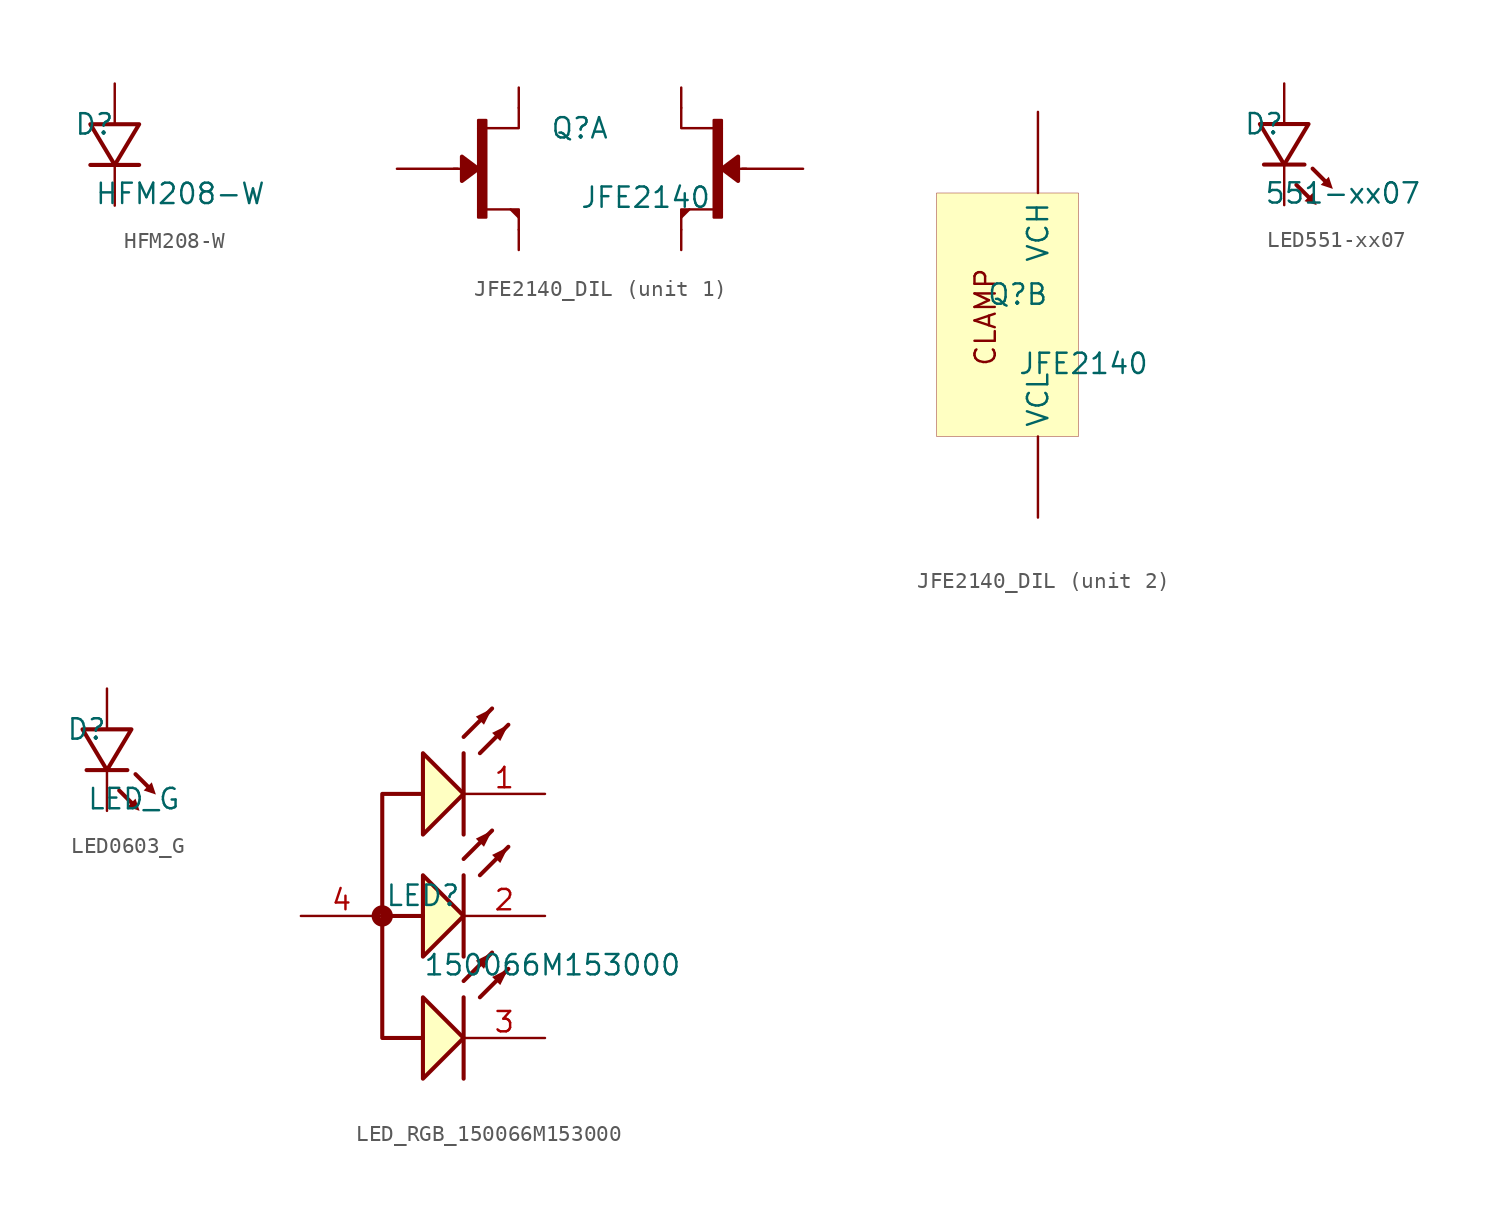
<source format=kicad_sym>
(kicad_symbol_lib
  (version 20231120)
  (generator "kicad_symbol_editor")
  (generator_version "8.0")
  (symbol "HFM208-W"
    (property "Reference" "D"
      (at -1.27 1.27 0)
      (effects (font (size 1.27 1.27))))
    (property "Value" "HFM208-W"
      (at -1.27 -3.81 0)
      (effects (font (size 1.27 1.27)) (justify left bottom)))
    (symbol "HFM208-W_1_0"
      (polyline (pts (xy 1.524 -1.27) (xy -1.524 -1.27)) (stroke (width 0.254) (type solid)) (fill (type none)))
      (polyline (pts (xy -1.524 1.27) (xy 1.524 1.27) (xy 0 -1.27) (xy -1.524 1.27)) (stroke (width 0.254) (type solid)) (fill (type none)))
      (pin passive line (at 0 3.81 270) (length 2.54) (name "A" (effects (font (size 0 0)))) (number "A" (effects (font (size 0 0)))))
      (pin passive line (at 0 -3.81 90) (length 2.54) (name "K" (effects (font (size 0 0)))) (number "K" (effects (font (size 0 0)))))))
  (symbol "JFE2140_DIL"
    (property "Reference" "Q"
      (at -1.27 1.27 0)
      (effects (font (size 1.27 1.27))))
    (property "Value" "JFE2140"
      (at -1.27 -3.81 0)
      (effects (font (size 1.27 1.27)) (justify left bottom)))
    (symbol "JFE2140_DIL_1_0"
      (rectangle (start -7.112 1.778) (end -7.62 -4.318) (stroke (width -0.0001) (type solid)) (fill (type outline)))
      (polyline (pts (xy -7.62 -1.27) (xy -9.144 -1.27)) (stroke (width 0.152) (type solid)) (fill (type none)))
      (polyline (pts (xy -5.588 -3.81) (xy -5.08 -4.318)) (stroke (width 0.152) (type solid)) (fill (type none)))
      (polyline (pts (xy 5.588 -3.81) (xy 5.08 -4.318)) (stroke (width 0.152) (type solid)) (fill (type none)))
      (polyline (pts (xy 7.62 -1.27) (xy 9.144 -1.27)) (stroke (width 0.152) (type solid)) (fill (type none)))
      (polyline (pts (xy -7.62 -1.27) (xy -8.636 -2.032) (xy -8.636 -0.508) (xy -7.62 -1.27)) (stroke (width -0.0001) (type solid)) (fill (type outline)))
      (polyline (pts (xy -7.62 -1.27) (xy -8.636 -2.032) (xy -8.636 -0.508) (xy -7.62 -1.27)) (stroke (width 0.254) (type solid)) (fill (type none)))
      (polyline (pts (xy -5.08 -3.81) (xy -5.08 -4.318) (xy -5.588 -3.81) (xy -5.08 -3.81)) (stroke (width -0.0001) (type solid)) (fill (type outline)))
      (polyline (pts (xy 5.08 -3.81) (xy 5.08 -4.318) (xy 5.588 -3.81) (xy 5.08 -3.81)) (stroke (width -0.0001) (type solid)) (fill (type outline)))
      (polyline (pts (xy 7.62 -1.27) (xy 8.636 -2.032) (xy 8.636 -0.508) (xy 7.62 -1.27)) (stroke (width -0.0001) (type solid)) (fill (type outline)))
      (polyline (pts (xy 7.62 -1.27) (xy 8.636 -2.032) (xy 8.636 -0.508) (xy 7.62 -1.27)) (stroke (width 0.254) (type solid)) (fill (type none)))
      (polyline (pts (xy -7.62 1.27) (xy -7.62 1.778) (xy -7.112 1.778) (xy -7.112 -4.318) (xy -7.62 -4.318) (xy -7.62 -3.81)) (stroke (width 0.152) (type solid)) (fill (type none)))
      (polyline (pts (xy -5.08 -5.08) (xy -5.08 -3.81) (xy -7.62 -3.81) (xy -7.62 1.27) (xy -5.08 1.27) (xy -5.08 2.54)) (stroke (width 0.152) (type solid)) (fill (type none)))
      (polyline (pts (xy 5.08 -5.08) (xy 5.08 -3.81) (xy 7.62 -3.81) (xy 7.62 1.27) (xy 5.08 1.27) (xy 5.08 2.54)) (stroke (width 0.152) (type solid)) (fill (type none)))
      (polyline (pts (xy 7.62 1.27) (xy 7.62 1.778) (xy 7.112 1.778) (xy 7.112 -4.318) (xy 7.62 -4.318) (xy 7.62 -3.81)) (stroke (width 0.152) (type solid)) (fill (type none)))
      (rectangle (start 7.62 1.778) (end 7.112 -4.318) (stroke (width -0.0001) (type solid)) (fill (type outline)))
      (pin passive line (at -5.08 -6.35 90) (length 1.27) (name "S1" (effects (font (size 0 0)))) (number "1" (effects (font (size 0 0)))))
      (pin passive line (at -5.08 3.81 270) (length 1.27) (name "D1" (effects (font (size 0 0)))) (number "2" (effects (font (size 0 0)))))
      (pin passive line (at -12.7 -1.27 0) (length 3.81) (name "G1" (effects (font (size 0 0)))) (number "4" (effects (font (size 0 0)))))
      (pin passive line (at 5.08 -6.35 90) (length 1.27) (name "S2" (effects (font (size 0 0)))) (number "5" (effects (font (size 0 0)))))
      (pin passive line (at 5.08 3.81 270) (length 1.27) (name "D2" (effects (font (size 0 0)))) (number "6" (effects (font (size 0 0)))))
      (pin passive line (at 12.7 -1.27 180) (length 3.81) (name "G2" (effects (font (size 0 0)))) (number "8" (effects (font (size 0 0))))))
    (symbol "JFE2140_DIL_2_0"
      (rectangle (start 2.54 7.62) (end -6.35 -7.62) (stroke (width 0.025) (type solid) (color 128 0 0 1)) (fill (type background)))
      (text "CLAMP" (at -2.54 -3.302 900) (effects (font (size 1.27 1.27)) (justify left bottom)))
      (pin passive line (at 0 12.7 270) (length 5.08) (name "VCH" (effects (font (size 1.27 1.27)))) (number "2" (effects (font (size 0 0)))))
      (pin passive line (at 0 -12.7 90) (length 5.08) (name "VCL" (effects (font (size 1.27 1.27)))) (number "2" (effects (font (size 0 0)))))))
  (symbol "LED551-xx07"
    (property "Reference" "D"
      (at -1.27 1.27 0)
      (effects (font (size 1.27 1.27))))
    (property "Value" "551-xx07"
      (at -1.27 -3.81 0)
      (effects (font (size 1.27 1.27)) (justify left bottom)))
    (symbol "LED551-xx07_1_0"
      (polyline (pts (xy 0.762 -2.54) (xy 1.778 -3.556)) (stroke (width 0.254) (type solid)) (fill (type none)))
      (polyline (pts (xy 1.27 -1.27) (xy -1.27 -1.27)) (stroke (width 0.254) (type solid)) (fill (type none)))
      (polyline (pts (xy 1.778 -1.524) (xy 2.794 -2.54)) (stroke (width 0.254) (type solid)) (fill (type none)))
      (polyline (pts (xy -1.524 1.27) (xy 1.524 1.27) (xy 0 -1.27) (xy -1.524 1.27)) (stroke (width 0.254) (type solid)) (fill (type none)))
      (polyline (pts (xy 2.032 -3.81) (xy 1.778 -3.048) (xy 1.27 -3.556) (xy 2.032 -3.81)) (stroke (width -0.0001) (type solid)) (fill (type outline)))
      (polyline (pts (xy 3.048 -2.794) (xy 2.794 -2.032) (xy 2.286 -2.54) (xy 3.048 -2.794)) (stroke (width -0.0001) (type solid)) (fill (type outline)))
      (pin passive line (at 0 3.81 270) (length 2.54) (name "A" (effects (font (size 0 0)))) (number "A" (effects (font (size 0 0)))))
      (pin passive line (at 0 -3.81 90) (length 2.54) (name "K" (effects (font (size 0 0)))) (number "K" (effects (font (size 0 0)))))))
  (symbol "LED0603_G"
    (property "Reference" "D"
      (at -1.27 1.27 0)
      (effects (font (size 1.27 1.27))))
    (property "Value" "LED_G"
      (at -1.27 -3.81 0)
      (effects (font (size 1.27 1.27)) (justify left bottom)))
    (symbol "LED0603_G_1_0"
      (polyline (pts (xy 0.762 -2.54) (xy 1.778 -3.556)) (stroke (width 0.254) (type solid)) (fill (type none)))
      (polyline (pts (xy 1.27 -1.27) (xy -1.27 -1.27)) (stroke (width 0.254) (type solid)) (fill (type none)))
      (polyline (pts (xy 1.778 -1.524) (xy 2.794 -2.54)) (stroke (width 0.254) (type solid)) (fill (type none)))
      (polyline (pts (xy -1.524 1.27) (xy 1.524 1.27) (xy 0 -1.27) (xy -1.524 1.27)) (stroke (width 0.254) (type solid)) (fill (type none)))
      (polyline (pts (xy 2.032 -3.81) (xy 1.778 -3.048) (xy 1.27 -3.556) (xy 2.032 -3.81)) (stroke (width -0.0001) (type solid)) (fill (type outline)))
      (polyline (pts (xy 3.048 -2.794) (xy 2.794 -2.032) (xy 2.286 -2.54) (xy 3.048 -2.794)) (stroke (width -0.0001) (type solid)) (fill (type outline)))
      (pin passive line (at 0 3.81 270) (length 2.54) (name "A" (effects (font (size 0 0)))) (number "A" (effects (font (size 0 0)))))
      (pin passive line (at 0 -3.81 90) (length 2.54) (name "K" (effects (font (size 0 0)))) (number "K" (effects (font (size 0 0)))))))
  (symbol "LED_RGB_150066M153000"
    (property "Reference" "LED"
      (at -1.27 1.27 0)
      (effects (font (size 1.27 1.27))))
    (property "Value" "150066M153000"
      (at -1.27 -3.81 0)
      (effects (font (size 1.27 1.27)) (justify left bottom)))
    (symbol "LED_RGB_150066M153000_1_0"
      (circle (center -3.81 0) (radius 0.158) (stroke (width 0.508) (type solid)) (fill (type none)))
      (polyline (pts (xy -3.81 0) (xy -1.27 0)) (stroke (width 0.254) (type solid)) (fill (type none)))
      (polyline (pts (xy 1.27 -5.08) (xy 1.27 -10.16)) (stroke (width 0.254) (type solid)) (fill (type none)))
      (polyline (pts (xy 1.27 -4.064) (xy 3.048 -2.286)) (stroke (width 0.254) (type solid)) (fill (type none)))
      (polyline (pts (xy 1.27 2.54) (xy 1.27 -2.54)) (stroke (width 0.254) (type solid)) (fill (type none)))
      (polyline (pts (xy 1.27 3.556) (xy 3.048 5.334)) (stroke (width 0.254) (type solid)) (fill (type none)))
      (polyline (pts (xy 1.27 10.16) (xy 1.27 5.08)) (stroke (width 0.254) (type solid)) (fill (type none)))
      (polyline (pts (xy 1.27 11.176) (xy 3.048 12.954)) (stroke (width 0.254) (type solid)) (fill (type none)))
      (polyline (pts (xy 2.286 -5.08) (xy 4.064 -3.302)) (stroke (width 0.254) (type solid)) (fill (type none)))
      (polyline (pts (xy 2.286 2.54) (xy 4.064 4.318)) (stroke (width 0.254) (type solid)) (fill (type none)))
      (polyline (pts (xy 2.286 10.16) (xy 4.064 11.938)) (stroke (width 0.254) (type solid)) (fill (type none)))
      (polyline (pts (xy -1.27 -10.16) (xy 1.27 -7.62) (xy -1.27 -5.08) (xy -1.27 -10.16)) (stroke (width 0.254) (type solid)) (fill (type background)))
      (polyline (pts (xy -1.27 -2.54) (xy 1.27 0) (xy -1.27 2.54) (xy -1.27 -2.54)) (stroke (width 0.254) (type solid)) (fill (type background)))
      (polyline (pts (xy -1.27 5.08) (xy 1.27 7.62) (xy -1.27 10.16) (xy -1.27 5.08)) (stroke (width 0.254) (type solid)) (fill (type background)))
      (polyline (pts (xy -1.27 7.62) (xy -3.81 7.62) (xy -3.81 -7.62) (xy -1.27 -7.62)) (stroke (width 0.254) (type solid)) (fill (type none)))
      (polyline (pts (xy 3.048 -2.286) (xy 2.032 -2.794) (xy 2.54 -3.302) (xy 3.048 -2.286)) (stroke (width -0.0001) (type solid)) (fill (type outline)))
      (polyline (pts (xy 3.048 5.334) (xy 2.032 4.826) (xy 2.54 4.318) (xy 3.048 5.334)) (stroke (width -0.0001) (type solid)) (fill (type outline)))
      (polyline (pts (xy 3.048 12.954) (xy 2.032 12.446) (xy 2.54 11.938) (xy 3.048 12.954)) (stroke (width -0.0001) (type solid)) (fill (type outline)))
      (polyline (pts (xy 4.064 -3.302) (xy 3.048 -3.81) (xy 3.556 -4.318) (xy 4.064 -3.302)) (stroke (width -0.0001) (type solid)) (fill (type outline)))
      (polyline (pts (xy 4.064 4.318) (xy 3.048 3.81) (xy 3.556 3.302) (xy 4.064 4.318)) (stroke (width -0.0001) (type solid)) (fill (type outline)))
      (polyline (pts (xy 4.064 11.938) (xy 3.048 11.43) (xy 3.556 10.922) (xy 4.064 11.938)) (stroke (width -0.0001) (type solid)) (fill (type outline)))
      (pin passive line (at 6.35 7.62 180) (length 5.08) (name "K" (effects (font (size 0 0)))) (number "1" (effects (font (size 1.27 1.27)))))
      (pin passive line (at 6.35 0 180) (length 5.08) (name "K" (effects (font (size 0 0)))) (number "2" (effects (font (size 1.27 1.27)))))
      (pin passive line (at 6.35 -7.62 180) (length 5.08) (name "K" (effects (font (size 0 0)))) (number "3" (effects (font (size 1.27 1.27)))))
      (pin passive line (at -8.89 0 0) (length 5.08) (name "A" (effects (font (size 0 0)))) (number "4" (effects (font (size 1.27 1.27))))))))
</source>
